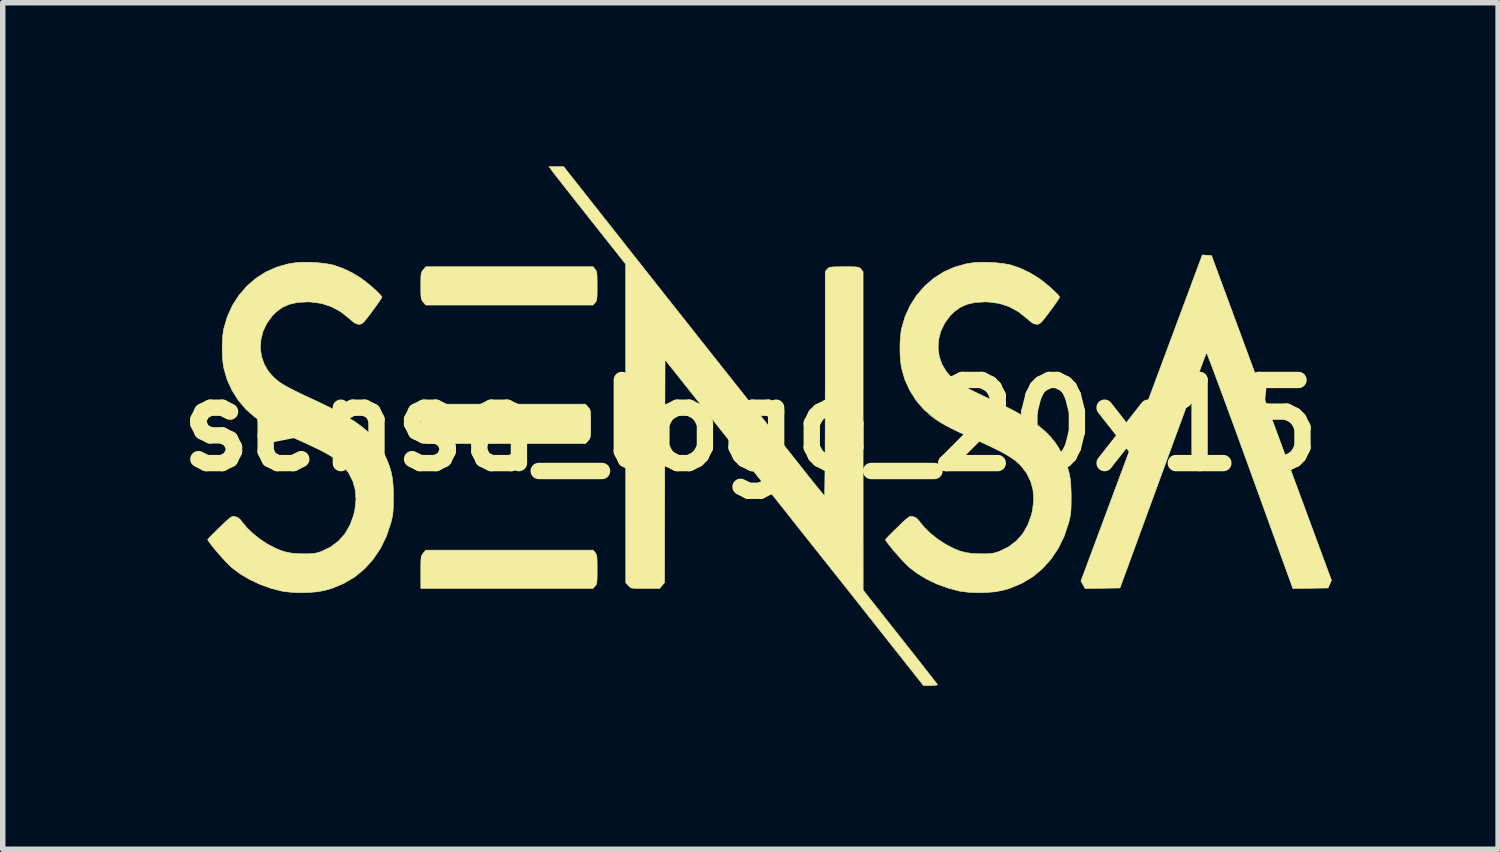
<source format=kicad_pcb>
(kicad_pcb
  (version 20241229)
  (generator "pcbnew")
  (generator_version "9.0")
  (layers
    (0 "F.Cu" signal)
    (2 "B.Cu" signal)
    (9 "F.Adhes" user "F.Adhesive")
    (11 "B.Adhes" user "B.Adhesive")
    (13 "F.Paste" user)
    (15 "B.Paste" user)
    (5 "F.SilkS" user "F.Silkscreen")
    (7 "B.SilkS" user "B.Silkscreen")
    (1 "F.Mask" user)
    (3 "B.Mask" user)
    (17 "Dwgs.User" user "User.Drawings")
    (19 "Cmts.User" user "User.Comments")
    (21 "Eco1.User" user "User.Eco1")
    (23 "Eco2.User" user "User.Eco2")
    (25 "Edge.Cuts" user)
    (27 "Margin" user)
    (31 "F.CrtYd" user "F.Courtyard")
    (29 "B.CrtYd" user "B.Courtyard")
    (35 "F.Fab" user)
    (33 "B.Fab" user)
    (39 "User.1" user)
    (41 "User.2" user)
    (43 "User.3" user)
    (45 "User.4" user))
  (footprint "sensa_logo_20x15"
    (layer "F.Cu")
    (at 10.712 4.753)
    (property "Reference" "sensa_logo_20x15" (at 0 0 0) (layer "F.SilkS") (effects (font (size 1.524 1.524) (thickness 0.3))))
    (attr through_hole)
    (fp_poly (pts (xy -2.848 2.331) (xy -2.833 2.352) (xy -2.823 2.377) (xy -2.816 2.414) (xy -2.813 2.469) (xy -2.811 2.549) (xy -2.811 2.64) (xy -2.811 2.747) (xy -2.813 2.822) (xy -2.817 2.872) (xy -2.823 2.905) (xy -2.834 2.927) (xy -2.85 2.947) (xy -2.85 2.947) (xy -2.889 2.989) (xy -6.045 2.989) (xy -6.045 2.692) (xy -6.045 2.579) (xy -6.044 2.498) (xy -6.041 2.442) (xy -6.036 2.404) (xy -6.026 2.378) (xy -6.013 2.357) (xy -6 2.341) (xy -5.954 2.286) (xy -2.885 2.286) (xy -2.848 2.331)) (stroke (width 0.01) (type solid)) (fill yes) (layer "F.SilkS"))
    (fp_poly (pts (xy -2.977 -0.338) (xy -2.958 -0.316) (xy -2.944 -0.294) (xy -2.936 -0.264) (xy -2.932 -0.221) (xy -2.93 -0.154) (xy -2.929 -0.059) (xy -2.929 -0.029) (xy -2.93 0.075) (xy -2.931 0.148) (xy -2.935 0.197) (xy -2.942 0.229) (xy -2.954 0.252) (xy -2.972 0.274) (xy -2.977 0.28) (xy -3.024 0.332) (xy -5.937 0.332) (xy -5.991 0.268) (xy -6.045 0.203) (xy -6.045 -0.034) (xy -6.045 -0.134) (xy -6.043 -0.204) (xy -6.038 -0.251) (xy -6.029 -0.284) (xy -6.015 -0.311) (xy -6.001 -0.331) (xy -5.958 -0.391) (xy -3.024 -0.391) (xy -2.977 -0.338)) (stroke (width 0.01) (type solid)) (fill yes) (layer "F.SilkS"))
    (fp_poly (pts (xy -2.848 -2.866) (xy -2.833 -2.845) (xy -2.823 -2.82) (xy -2.816 -2.783) (xy -2.813 -2.729) (xy -2.811 -2.648) (xy -2.811 -2.557) (xy -2.811 -2.45) (xy -2.813 -2.375) (xy -2.817 -2.325) (xy -2.823 -2.292) (xy -2.834 -2.27) (xy -2.85 -2.251) (xy -2.85 -2.25) (xy -2.889 -2.208) (xy -5.954 -2.208) (xy -6 -2.263) (xy -6.019 -2.287) (xy -6.031 -2.312) (xy -6.039 -2.344) (xy -6.043 -2.392) (xy -6.045 -2.465) (xy -6.045 -2.56) (xy -6.045 -2.661) (xy -6.043 -2.731) (xy -6.039 -2.778) (xy -6.031 -2.809) (xy -6.018 -2.834) (xy -6 -2.856) (xy -5.954 -2.911) (xy -2.885 -2.911) (xy -2.848 -2.866)) (stroke (width 0.01) (type solid)) (fill yes) (layer "F.SilkS"))
    (fp_poly (pts (xy 8.372 -3.122) (xy 8.456 -3.116) (xy 9.556 -0.138) (xy 10.656 2.84) (xy 10.624 2.91) (xy 10.592 2.98) (xy 9.948 2.99) (xy 9.162 0.821) (xy 9.062 0.544) (xy 8.965 0.279) (xy 8.873 0.025) (xy 8.785 -0.213) (xy 8.704 -0.434) (xy 8.629 -0.637) (xy 8.562 -0.817) (xy 8.503 -0.975) (xy 8.454 -1.106) (xy 8.414 -1.21) (xy 8.385 -1.284) (xy 8.368 -1.325) (xy 8.363 -1.334) (xy 8.355 -1.314) (xy 8.335 -1.261) (xy 8.303 -1.176) (xy 8.26 -1.062) (xy 8.208 -0.92) (xy 8.146 -0.754) (xy 8.076 -0.565) (xy 7.999 -0.356) (xy 7.916 -0.128) (xy 7.826 0.115) (xy 7.732 0.372) (xy 7.633 0.641) (xy 7.564 0.83) (xy 6.777 2.98) (xy 6.138 2.99) (xy 6.1 2.921) (xy 6.061 2.852) (xy 8.287 -3.128) (xy 8.372 -3.122)) (stroke (width 0.01) (type solid)) (fill yes) (layer "F.SilkS"))
    (fp_poly (pts (xy -2.344 -3.377) (xy -2.16 -3.143) (xy -1.962 -2.893) (xy -1.753 -2.629) (xy -1.539 -2.357) (xy -1.322 -2.083) (xy -1.107 -1.812) (xy -0.899 -1.548) (xy -0.7 -1.297) (xy -0.515 -1.064) (xy -0.348 -0.854) (xy -0.322 -0.82) (xy -0.166 -0.624) (xy -0.009 -0.426) (xy 0.147 -0.229) (xy 0.299 -0.037) (xy 0.444 0.146) (xy 0.58 0.318) (xy 0.704 0.474) (xy 0.814 0.613) (xy 0.906 0.729) (xy 0.978 0.82) (xy 0.982 0.826) (xy 1.071 0.938) (xy 1.153 1.041) (xy 1.225 1.13) (xy 1.285 1.202) (xy 1.328 1.255) (xy 1.354 1.283) (xy 1.359 1.288) (xy 1.361 1.269) (xy 1.362 1.214) (xy 1.364 1.124) (xy 1.365 1.003) (xy 1.367 0.854) (xy 1.368 0.678) (xy 1.369 0.478) (xy 1.37 0.257) (xy 1.371 0.017) (xy 1.371 -0.239) (xy 1.371 -0.509) (xy 1.372 -0.768) (xy 1.372 -2.826) (xy 1.411 -2.869) (xy 1.427 -2.885) (xy 1.447 -2.896) (xy 1.476 -2.904) (xy 1.518 -2.908) (xy 1.581 -2.91) (xy 1.669 -2.911) (xy 1.721 -2.911) (xy 1.823 -2.911) (xy 1.896 -2.91) (xy 1.947 -2.907) (xy 1.981 -2.901) (xy 2.003 -2.891) (xy 2.019 -2.878) (xy 2.029 -2.866) (xy 2.066 -2.821) (xy 2.066 0.099) (xy 2.067 3.019) (xy 2.745 3.878) (xy 2.867 4.033) (xy 2.983 4.18) (xy 3.09 4.315) (xy 3.185 4.437) (xy 3.268 4.543) (xy 3.337 4.63) (xy 3.388 4.696) (xy 3.42 4.737) (xy 3.431 4.752) (xy 3.42 4.759) (xy 3.382 4.765) (xy 3.325 4.767) (xy 3.305 4.767) (xy 3.172 4.767) (xy 2.519 3.942) (xy 2.405 3.798) (xy 2.282 3.642) (xy 2.149 3.474) (xy 2.006 3.293) (xy 1.85 3.096) (xy 1.682 2.884) (xy 1.5 2.655) (xy 1.304 2.408) (xy 1.092 2.141) (xy 0.864 1.854) (xy 0.619 1.544) (xy 0.355 1.212) (xy 0.072 0.856) (xy -0.231 0.475) (xy -0.554 0.067) (xy -0.9 -0.368) (xy -0.914 -0.386) (xy -1.566 -1.206) (xy -1.571 0.837) (xy -1.575 2.88) (xy -1.62 2.935) (xy -1.666 2.989) (xy -1.928 2.989) (xy -2.028 2.989) (xy -2.1 2.988) (xy -2.149 2.985) (xy -2.182 2.979) (xy -2.205 2.968) (xy -2.223 2.953) (xy -2.239 2.937) (xy -2.286 2.884) (xy -2.288 -2.96) (xy -2.923 -3.761) (xy -3.043 -3.914) (xy -3.159 -4.06) (xy -3.267 -4.197) (xy -3.366 -4.322) (xy -3.452 -4.432) (xy -3.524 -4.524) (xy -3.579 -4.594) (xy -3.615 -4.641) (xy -3.626 -4.655) (xy -3.695 -4.748) (xy -3.426 -4.748) (xy -2.344 -3.377)) (stroke (width 0.01) (type solid)) (fill yes) (layer "F.SilkS"))
    (fp_poly (pts (xy -8.064 -2.993) (xy -7.924 -2.984) (xy -7.791 -2.969) (xy -7.676 -2.949) (xy -7.646 -2.941) (xy -7.482 -2.885) (xy -7.311 -2.804) (xy -7.147 -2.704) (xy -7.142 -2.701) (xy -7.077 -2.653) (xy -7.006 -2.597) (xy -6.935 -2.537) (xy -6.869 -2.478) (xy -6.814 -2.424) (xy -6.775 -2.382) (xy -6.758 -2.357) (xy -6.758 -2.354) (xy -6.768 -2.334) (xy -6.797 -2.289) (xy -6.841 -2.226) (xy -6.896 -2.149) (xy -6.936 -2.095) (xy -7.003 -2.006) (xy -7.053 -1.942) (xy -7.09 -1.899) (xy -7.118 -1.874) (xy -7.141 -1.861) (xy -7.164 -1.857) (xy -7.178 -1.856) (xy -7.218 -1.862) (xy -7.259 -1.881) (xy -7.31 -1.92) (xy -7.349 -1.955) (xy -7.512 -2.085) (xy -7.684 -2.179) (xy -7.868 -2.239) (xy -8.067 -2.265) (xy -8.135 -2.266) (xy -8.307 -2.256) (xy -8.454 -2.223) (xy -8.583 -2.166) (xy -8.696 -2.083) (xy -8.769 -2.01) (xy -8.868 -1.874) (xy -8.938 -1.728) (xy -8.977 -1.575) (xy -8.987 -1.42) (xy -8.967 -1.268) (xy -8.916 -1.122) (xy -8.836 -0.988) (xy -8.778 -0.92) (xy -8.731 -0.873) (xy -8.682 -0.83) (xy -8.627 -0.788) (xy -8.561 -0.746) (xy -8.481 -0.701) (xy -8.384 -0.65) (xy -8.264 -0.591) (xy -8.118 -0.522) (xy -8.043 -0.488) (xy -7.806 -0.376) (xy -7.599 -0.271) (xy -7.419 -0.172) (xy -7.264 -0.076) (xy -7.131 0.019) (xy -7.017 0.115) (xy -6.92 0.215) (xy -6.836 0.319) (xy -6.764 0.432) (xy -6.701 0.554) (xy -6.673 0.615) (xy -6.624 0.737) (xy -6.589 0.851) (xy -6.566 0.968) (xy -6.553 1.098) (xy -6.547 1.252) (xy -6.547 1.329) (xy -6.548 1.447) (xy -6.551 1.538) (xy -6.557 1.611) (xy -6.568 1.676) (xy -6.583 1.746) (xy -6.593 1.784) (xy -6.675 2.03) (xy -6.784 2.253) (xy -6.919 2.454) (xy -7.078 2.63) (xy -7.259 2.779) (xy -7.462 2.899) (xy -7.683 2.99) (xy -7.818 3.027) (xy -7.947 3.05) (xy -8.096 3.062) (xy -8.255 3.066) (xy -8.412 3.06) (xy -8.554 3.044) (xy -8.594 3.037) (xy -8.794 2.986) (xy -8.994 2.914) (xy -9.187 2.823) (xy -9.363 2.718) (xy -9.515 2.603) (xy -9.519 2.599) (xy -9.566 2.555) (xy -9.623 2.496) (xy -9.687 2.426) (xy -9.752 2.352) (xy -9.816 2.278) (xy -9.872 2.209) (xy -9.916 2.151) (xy -9.945 2.11) (xy -9.953 2.09) (xy -9.939 2.074) (xy -9.904 2.036) (xy -9.851 1.983) (xy -9.785 1.918) (xy -9.732 1.867) (xy -9.652 1.79) (xy -9.593 1.735) (xy -9.55 1.699) (xy -9.519 1.677) (xy -9.494 1.668) (xy -9.472 1.667) (xy -9.449 1.671) (xy -9.4 1.688) (xy -9.357 1.724) (xy -9.32 1.772) (xy -9.235 1.874) (xy -9.127 1.978) (xy -9.003 2.078) (xy -8.872 2.165) (xy -8.833 2.187) (xy -8.705 2.254) (xy -8.592 2.3) (xy -8.482 2.33) (xy -8.363 2.347) (xy -8.223 2.353) (xy -8.204 2.353) (xy -8.106 2.353) (xy -8.031 2.349) (xy -7.972 2.341) (xy -7.917 2.327) (xy -7.86 2.307) (xy -7.695 2.226) (xy -7.552 2.117) (xy -7.434 1.983) (xy -7.342 1.823) (xy -7.276 1.642) (xy -7.254 1.544) (xy -7.234 1.356) (xy -7.247 1.182) (xy -7.291 1.021) (xy -7.367 0.871) (xy -7.457 0.753) (xy -7.508 0.699) (xy -7.567 0.648) (xy -7.637 0.597) (xy -7.721 0.544) (xy -7.822 0.487) (xy -7.945 0.425) (xy -8.092 0.355) (xy -8.266 0.275) (xy -8.314 0.254) (xy -8.487 0.176) (xy -8.631 0.109) (xy -8.753 0.049) (xy -8.855 -0.005) (xy -8.942 -0.055) (xy -9.019 -0.105) (xy -9.091 -0.156) (xy -9.091 -0.156) (xy -9.252 -0.297) (xy -9.392 -0.462) (xy -9.508 -0.646) (xy -9.598 -0.844) (xy -9.657 -1.05) (xy -9.663 -1.082) (xy -9.679 -1.206) (xy -9.687 -1.35) (xy -9.686 -1.498) (xy -9.678 -1.639) (xy -9.662 -1.757) (xy -9.659 -1.772) (xy -9.594 -1.995) (xy -9.5 -2.201) (xy -9.379 -2.389) (xy -9.235 -2.555) (xy -9.069 -2.699) (xy -8.884 -2.817) (xy -8.682 -2.906) (xy -8.467 -2.966) (xy -8.321 -2.988) (xy -8.2 -2.994) (xy -8.064 -2.993)) (stroke (width 0.01) (type solid)) (fill yes) (layer "F.SilkS"))
    (fp_poly (pts (xy 4.365 -2.993) (xy 4.505 -2.984) (xy 4.638 -2.969) (xy 4.753 -2.949) (xy 4.783 -2.941) (xy 4.947 -2.885) (xy 5.118 -2.804) (xy 5.282 -2.704) (xy 5.287 -2.701) (xy 5.352 -2.653) (xy 5.423 -2.597) (xy 5.494 -2.537) (xy 5.56 -2.478) (xy 5.615 -2.424) (xy 5.654 -2.382) (xy 5.671 -2.357) (xy 5.671 -2.354) (xy 5.661 -2.334) (xy 5.632 -2.289) (xy 5.588 -2.226) (xy 5.533 -2.149) (xy 5.493 -2.095) (xy 5.426 -2.006) (xy 5.376 -1.942) (xy 5.339 -1.899) (xy 5.312 -1.874) (xy 5.288 -1.861) (xy 5.265 -1.857) (xy 5.251 -1.856) (xy 5.211 -1.862) (xy 5.17 -1.881) (xy 5.119 -1.92) (xy 5.08 -1.955) (xy 4.917 -2.085) (xy 4.745 -2.179) (xy 4.561 -2.239) (xy 4.362 -2.265) (xy 4.294 -2.266) (xy 4.122 -2.256) (xy 3.975 -2.223) (xy 3.847 -2.166) (xy 3.733 -2.083) (xy 3.66 -2.01) (xy 3.561 -1.874) (xy 3.491 -1.728) (xy 3.452 -1.575) (xy 3.442 -1.42) (xy 3.462 -1.268) (xy 3.513 -1.122) (xy 3.593 -0.988) (xy 3.651 -0.92) (xy 3.698 -0.873) (xy 3.747 -0.83) (xy 3.802 -0.788) (xy 3.868 -0.746) (xy 3.948 -0.701) (xy 4.045 -0.65) (xy 4.165 -0.591) (xy 4.311 -0.522) (xy 4.386 -0.488) (xy 4.623 -0.376) (xy 4.83 -0.271) (xy 5.01 -0.172) (xy 5.165 -0.076) (xy 5.298 0.019) (xy 5.412 0.115) (xy 5.509 0.215) (xy 5.593 0.319) (xy 5.665 0.432) (xy 5.728 0.554) (xy 5.756 0.615) (xy 5.805 0.737) (xy 5.84 0.851) (xy 5.863 0.968) (xy 5.876 1.098) (xy 5.882 1.252) (xy 5.882 1.329) (xy 5.881 1.447) (xy 5.878 1.538) (xy 5.872 1.611) (xy 5.862 1.676) (xy 5.846 1.746) (xy 5.836 1.784) (xy 5.754 2.03) (xy 5.645 2.253) (xy 5.51 2.454) (xy 5.351 2.63) (xy 5.17 2.779) (xy 4.967 2.899) (xy 4.746 2.99) (xy 4.611 3.027) (xy 4.482 3.05) (xy 4.333 3.062) (xy 4.174 3.066) (xy 4.017 3.06) (xy 3.875 3.044) (xy 3.835 3.037) (xy 3.636 2.986) (xy 3.435 2.914) (xy 3.242 2.823) (xy 3.066 2.718) (xy 2.914 2.603) (xy 2.91 2.599) (xy 2.863 2.555) (xy 2.806 2.496) (xy 2.742 2.426) (xy 2.677 2.352) (xy 2.613 2.278) (xy 2.557 2.209) (xy 2.513 2.151) (xy 2.484 2.11) (xy 2.476 2.09) (xy 2.49 2.074) (xy 2.526 2.036) (xy 2.579 1.983) (xy 2.644 1.918) (xy 2.698 1.867) (xy 2.777 1.79) (xy 2.836 1.735) (xy 2.879 1.699) (xy 2.91 1.677) (xy 2.935 1.668) (xy 2.957 1.667) (xy 2.98 1.671) (xy 3.029 1.688) (xy 3.072 1.724) (xy 3.109 1.772) (xy 3.194 1.874) (xy 3.302 1.978) (xy 3.426 2.078) (xy 3.557 2.165) (xy 3.596 2.187) (xy 3.724 2.254) (xy 3.837 2.3) (xy 3.947 2.33) (xy 4.067 2.347) (xy 4.206 2.353) (xy 4.225 2.353) (xy 4.323 2.353) (xy 4.398 2.349) (xy 4.457 2.341) (xy 4.512 2.327) (xy 4.569 2.307) (xy 4.734 2.226) (xy 4.877 2.117) (xy 4.995 1.983) (xy 5.087 1.823) (xy 5.153 1.642) (xy 5.175 1.544) (xy 5.195 1.356) (xy 5.182 1.182) (xy 5.138 1.021) (xy 5.062 0.871) (xy 4.973 0.753) (xy 4.921 0.699) (xy 4.862 0.648) (xy 4.792 0.597) (xy 4.708 0.544) (xy 4.607 0.487) (xy 4.484 0.425) (xy 4.337 0.355) (xy 4.163 0.275) (xy 4.115 0.254) (xy 3.942 0.176) (xy 3.798 0.109) (xy 3.676 0.049) (xy 3.574 -0.005) (xy 3.487 -0.055) (xy 3.41 -0.105) (xy 3.339 -0.156) (xy 3.338 -0.156) (xy 3.177 -0.297) (xy 3.037 -0.462) (xy 2.921 -0.646) (xy 2.831 -0.844) (xy 2.772 -1.05) (xy 2.766 -1.082) (xy 2.75 -1.206) (xy 2.743 -1.35) (xy 2.743 -1.498) (xy 2.751 -1.639) (xy 2.767 -1.757) (xy 2.77 -1.772) (xy 2.835 -1.995) (xy 2.929 -2.201) (xy 3.05 -2.389) (xy 3.194 -2.555) (xy 3.36 -2.699) (xy 3.545 -2.817) (xy 3.747 -2.906) (xy 3.962 -2.966) (xy 4.108 -2.988) (xy 4.229 -2.994) (xy 4.365 -2.993)) (stroke (width 0.01) (type solid)) (fill yes) (layer "F.SilkS")))
  (gr_rect
    (start -3 -3)
    (end 24.423 12.525)
    (stroke (width 0.1) (type default))
    (fill no)
    (layer "Edge.Cuts")))
</source>
